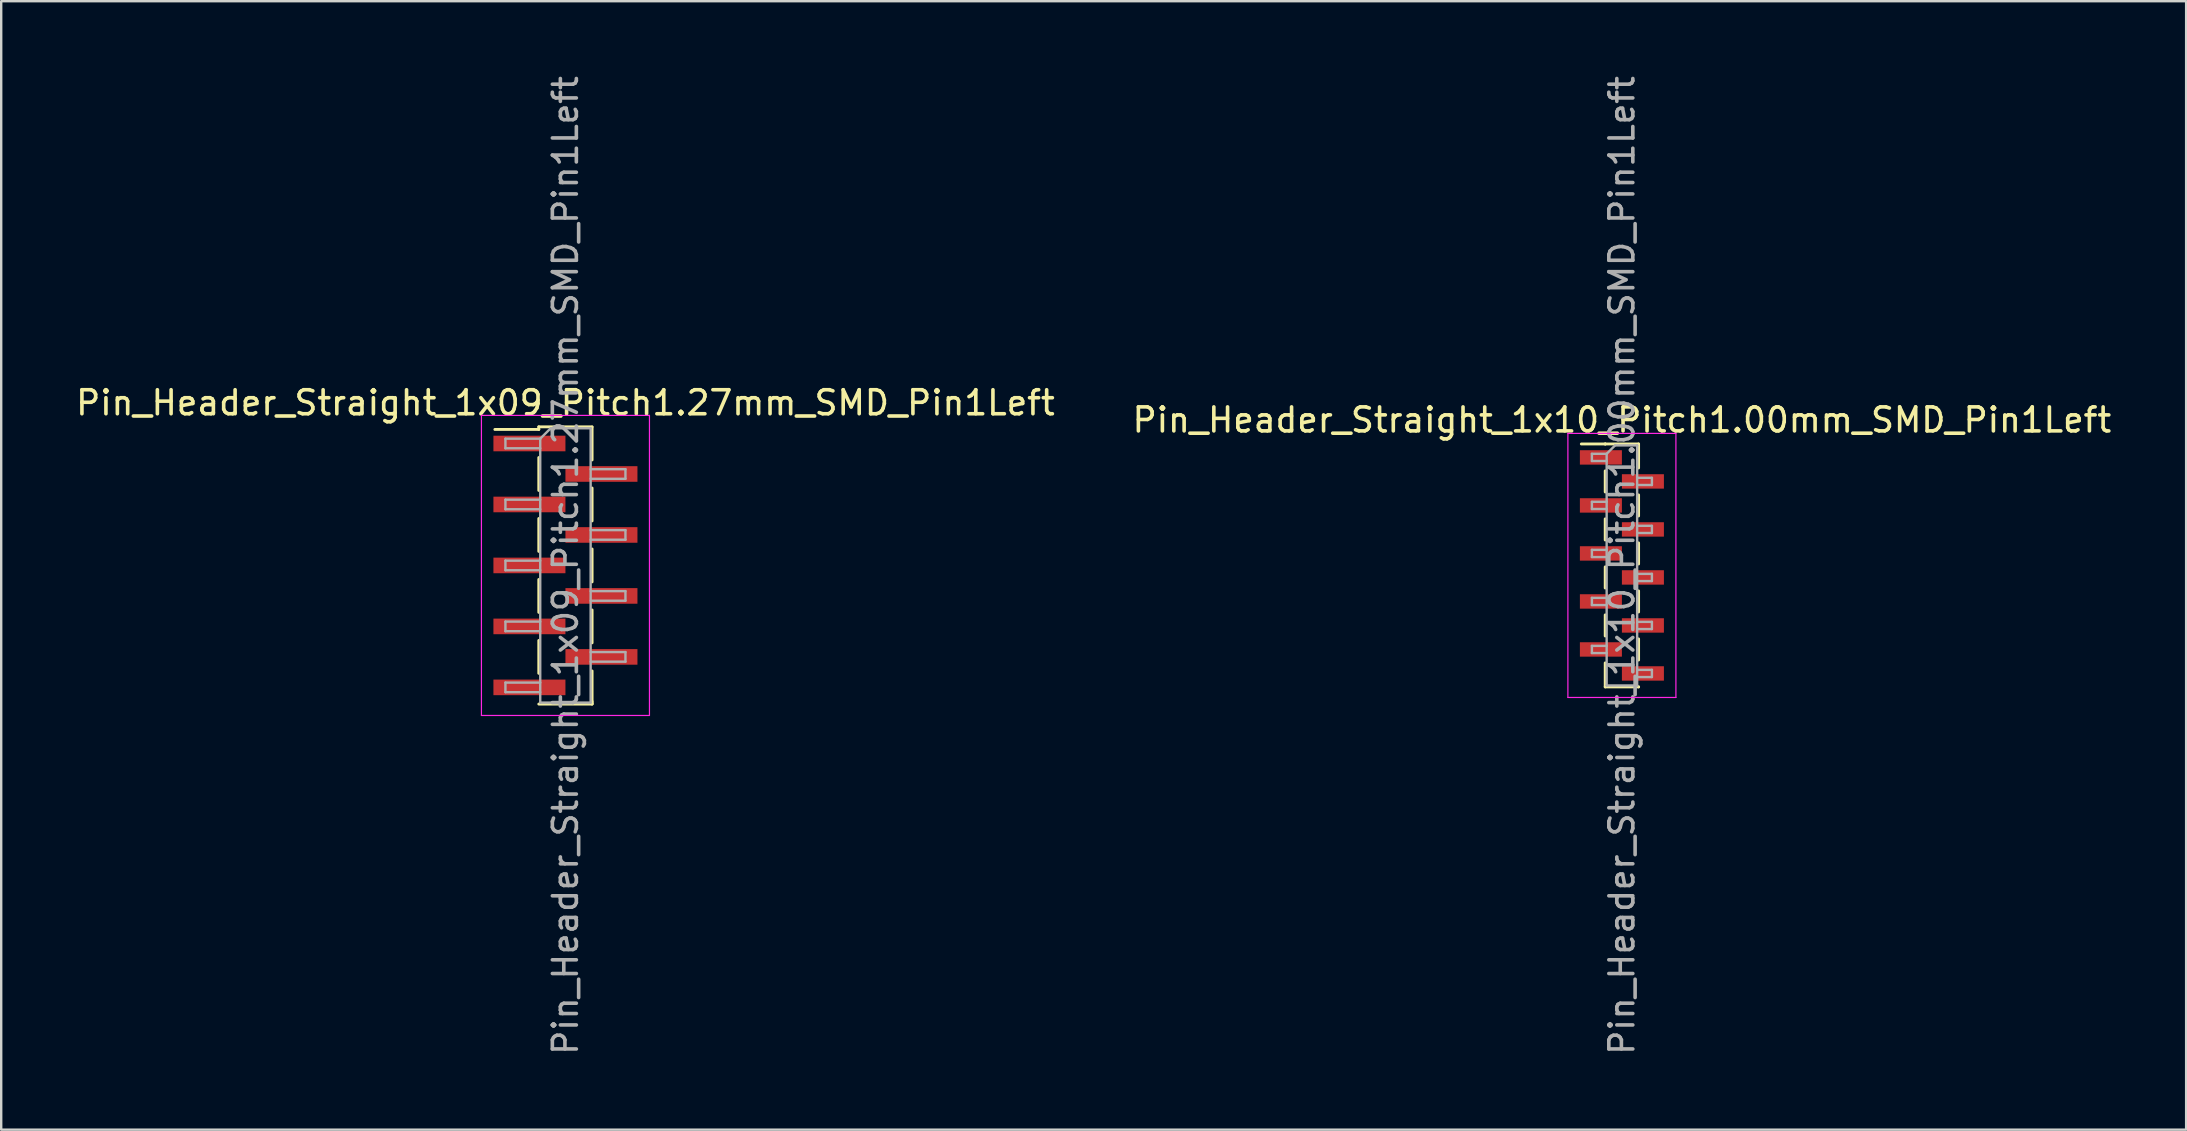
<source format=kicad_pcb>
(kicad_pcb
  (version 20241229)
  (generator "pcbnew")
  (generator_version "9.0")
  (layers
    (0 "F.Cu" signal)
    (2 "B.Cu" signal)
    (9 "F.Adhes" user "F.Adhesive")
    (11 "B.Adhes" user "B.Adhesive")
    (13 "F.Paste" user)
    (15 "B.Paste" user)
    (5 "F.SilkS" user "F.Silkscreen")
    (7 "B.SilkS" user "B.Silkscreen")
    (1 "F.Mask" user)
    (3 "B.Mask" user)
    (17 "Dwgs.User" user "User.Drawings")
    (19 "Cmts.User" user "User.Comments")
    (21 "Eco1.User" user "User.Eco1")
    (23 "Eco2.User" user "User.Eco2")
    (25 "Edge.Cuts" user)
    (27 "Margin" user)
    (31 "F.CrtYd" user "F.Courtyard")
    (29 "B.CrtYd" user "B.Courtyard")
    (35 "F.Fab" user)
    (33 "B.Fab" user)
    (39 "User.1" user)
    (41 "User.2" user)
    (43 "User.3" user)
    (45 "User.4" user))
  (footprint "Pin_Header_Straight_1x09_Pitch1.27mm_SMD_Pin1Left"
    (layer "F.Cu")
    (at 20.506 20.506)
    (property "Reference" "Pin_Header_Straight_1x09_Pitch1.27mm_SMD_Pin1Left" (at 0 -6.775 0) (layer "F.SilkS") (effects (font (size 1 1) (thickness 0.15))))
    (attr smd)
    (fp_line (start -1.11 -5.775) (end -1.11 -5.665) (stroke (width 0.12) (type solid)) (layer "F.SilkS"))
    (fp_line (start -1.11 -5.775) (end 1.11 -5.775) (stroke (width 0.12) (type solid)) (layer "F.SilkS"))
    (fp_line (start -1.11 -5.665) (end -2.94 -5.665) (stroke (width 0.12) (type solid)) (layer "F.SilkS"))
    (fp_line (start -1.11 -4.495) (end -1.11 -3.125) (stroke (width 0.12) (type solid)) (layer "F.SilkS"))
    (fp_line (start -1.11 -1.955) (end -1.11 -0.585) (stroke (width 0.12) (type solid)) (layer "F.SilkS"))
    (fp_line (start -1.11 0.585) (end -1.11 1.955) (stroke (width 0.12) (type solid)) (layer "F.SilkS"))
    (fp_line (start -1.11 3.125) (end -1.11 4.495) (stroke (width 0.12) (type solid)) (layer "F.SilkS"))
    (fp_line (start -1.11 5.775) (end 1.11 5.775) (stroke (width 0.12) (type solid)) (layer "F.SilkS"))
    (fp_line (start 1.11 -5.765) (end 1.11 -4.395) (stroke (width 0.12) (type solid)) (layer "F.SilkS"))
    (fp_line (start 1.11 -3.225) (end 1.11 -1.855) (stroke (width 0.12) (type solid)) (layer "F.SilkS"))
    (fp_line (start 1.11 -0.685) (end 1.11 0.685) (stroke (width 0.12) (type solid)) (layer "F.SilkS"))
    (fp_line (start 1.11 1.855) (end 1.11 3.225) (stroke (width 0.12) (type solid)) (layer "F.SilkS"))
    (fp_line (start 1.11 4.395) (end 1.11 5.765) (stroke (width 0.12) (type solid)) (layer "F.SilkS"))
    (fp_line (start 1.11 5.665) (end 1.11 5.775) (stroke (width 0.12) (type solid)) (layer "F.SilkS"))
    (fp_line (start -3.5 -6.25) (end -3.5 6.25) (stroke (width 0.05) (type solid)) (layer "F.CrtYd"))
    (fp_line (start -3.5 6.25) (end 3.5 6.25) (stroke (width 0.05) (type solid)) (layer "F.CrtYd"))
    (fp_line (start 3.5 -6.25) (end -3.5 -6.25) (stroke (width 0.05) (type solid)) (layer "F.CrtYd"))
    (fp_line (start 3.5 6.25) (end 3.5 -6.25) (stroke (width 0.05) (type solid)) (layer "F.CrtYd"))
    (fp_line (start -2.5 -5.28) (end -2.5 -4.88) (stroke (width 0.1) (type solid)) (layer "F.Fab"))
    (fp_line (start -2.5 -4.88) (end -1.05 -4.88) (stroke (width 0.1) (type solid)) (layer "F.Fab"))
    (fp_line (start -2.5 -2.74) (end -2.5 -2.34) (stroke (width 0.1) (type solid)) (layer "F.Fab"))
    (fp_line (start -2.5 -2.34) (end -1.05 -2.34) (stroke (width 0.1) (type solid)) (layer "F.Fab"))
    (fp_line (start -2.5 -0.2) (end -2.5 0.2) (stroke (width 0.1) (type solid)) (layer "F.Fab"))
    (fp_line (start -2.5 0.2) (end -1.05 0.2) (stroke (width 0.1) (type solid)) (layer "F.Fab"))
    (fp_line (start -2.5 2.34) (end -2.5 2.74) (stroke (width 0.1) (type solid)) (layer "F.Fab"))
    (fp_line (start -2.5 2.74) (end -1.05 2.74) (stroke (width 0.1) (type solid)) (layer "F.Fab"))
    (fp_line (start -2.5 4.88) (end -2.5 5.28) (stroke (width 0.1) (type solid)) (layer "F.Fab"))
    (fp_line (start -2.5 5.28) (end -1.05 5.28) (stroke (width 0.1) (type solid)) (layer "F.Fab"))
    (fp_line (start -1.05 -5.28) (end -2.5 -5.28) (stroke (width 0.1) (type solid)) (layer "F.Fab"))
    (fp_line (start -1.05 -5.28) (end -0.615 -5.715) (stroke (width 0.1) (type solid)) (layer "F.Fab"))
    (fp_line (start -1.05 -2.74) (end -2.5 -2.74) (stroke (width 0.1) (type solid)) (layer "F.Fab"))
    (fp_line (start -1.05 -0.2) (end -2.5 -0.2) (stroke (width 0.1) (type solid)) (layer "F.Fab"))
    (fp_line (start -1.05 2.34) (end -2.5 2.34) (stroke (width 0.1) (type solid)) (layer "F.Fab"))
    (fp_line (start -1.05 4.88) (end -2.5 4.88) (stroke (width 0.1) (type solid)) (layer "F.Fab"))
    (fp_line (start -1.05 5.715) (end -1.05 -5.28) (stroke (width 0.1) (type solid)) (layer "F.Fab"))
    (fp_line (start -0.615 -5.715) (end 1.05 -5.715) (stroke (width 0.1) (type solid)) (layer "F.Fab"))
    (fp_line (start 1.05 -5.715) (end 1.05 5.715) (stroke (width 0.1) (type solid)) (layer "F.Fab"))
    (fp_line (start 1.05 -4.01) (end 2.5 -4.01) (stroke (width 0.1) (type solid)) (layer "F.Fab"))
    (fp_line (start 1.05 -1.47) (end 2.5 -1.47) (stroke (width 0.1) (type solid)) (layer "F.Fab"))
    (fp_line (start 1.05 1.07) (end 2.5 1.07) (stroke (width 0.1) (type solid)) (layer "F.Fab"))
    (fp_line (start 1.05 3.61) (end 2.5 3.61) (stroke (width 0.1) (type solid)) (layer "F.Fab"))
    (fp_line (start 1.05 5.715) (end -1.05 5.715) (stroke (width 0.1) (type solid)) (layer "F.Fab"))
    (fp_line (start 2.5 -4.01) (end 2.5 -3.61) (stroke (width 0.1) (type solid)) (layer "F.Fab"))
    (fp_line (start 2.5 -3.61) (end 1.05 -3.61) (stroke (width 0.1) (type solid)) (layer "F.Fab"))
    (fp_line (start 2.5 -1.47) (end 2.5 -1.07) (stroke (width 0.1) (type solid)) (layer "F.Fab"))
    (fp_line (start 2.5 -1.07) (end 1.05 -1.07) (stroke (width 0.1) (type solid)) (layer "F.Fab"))
    (fp_line (start 2.5 1.07) (end 2.5 1.47) (stroke (width 0.1) (type solid)) (layer "F.Fab"))
    (fp_line (start 2.5 1.47) (end 1.05 1.47) (stroke (width 0.1) (type solid)) (layer "F.Fab"))
    (fp_line (start 2.5 3.61) (end 2.5 4.01) (stroke (width 0.1) (type solid)) (layer "F.Fab"))
    (fp_line (start 2.5 4.01) (end 1.05 4.01) (stroke (width 0.1) (type solid)) (layer "F.Fab"))
    (fp_text user "${REFERENCE}" (at 0 0 90) (layer "F.Fab") (effects (font (size 1 1) (thickness 0.15))))
    (pad "1" smd rect (at -1.5 -5.08) (size 3 0.65) (layers "F.Cu" "F.Mask" "F.Paste"))
    (pad "2" smd rect (at 1.5 -3.81) (size 3 0.65) (layers "F.Cu" "F.Mask" "F.Paste"))
    (pad "3" smd rect (at -1.5 -2.54) (size 3 0.65) (layers "F.Cu" "F.Mask" "F.Paste"))
    (pad "4" smd rect (at 1.5 -1.27) (size 3 0.65) (layers "F.Cu" "F.Mask" "F.Paste"))
    (pad "5" smd rect (at -1.5 0) (size 3 0.65) (layers "F.Cu" "F.Mask" "F.Paste"))
    (pad "6" smd rect (at 1.5 1.27) (size 3 0.65) (layers "F.Cu" "F.Mask" "F.Paste"))
    (pad "7" smd rect (at -1.5 2.54) (size 3 0.65) (layers "F.Cu" "F.Mask" "F.Paste"))
    (pad "8" smd rect (at 1.5 3.81) (size 3 0.65) (layers "F.Cu" "F.Mask" "F.Paste"))
    (pad "9" smd rect (at -1.5 5.08) (size 3 0.65) (layers "F.Cu" "F.Mask" "F.Paste")))
  (footprint "Pin_Header_Straight_1x10_Pitch1.00mm_SMD_Pin1Left"
    (layer "F.Cu")
    (at 64.518 20.506)
    (property "Reference" "Pin_Header_Straight_1x10_Pitch1.00mm_SMD_Pin1Left" (at 0 -6.06 0) (layer "F.SilkS") (effects (font (size 1 1) (thickness 0.15))))
    (attr smd)
    (fp_line (start -0.695 -5.06) (end -1.69 -5.06) (stroke (width 0.12) (type solid)) (layer "F.SilkS"))
    (fp_line (start -0.695 -5.06) (end -0.695 -5.06) (stroke (width 0.12) (type solid)) (layer "F.SilkS"))
    (fp_line (start -0.695 -5.06) (end 0.695 -5.06) (stroke (width 0.12) (type solid)) (layer "F.SilkS"))
    (fp_line (start -0.695 -3.94) (end -0.695 -3.06) (stroke (width 0.12) (type solid)) (layer "F.SilkS"))
    (fp_line (start -0.695 -1.94) (end -0.695 -1.06) (stroke (width 0.12) (type solid)) (layer "F.SilkS"))
    (fp_line (start -0.695 0.06) (end -0.695 0.94) (stroke (width 0.12) (type solid)) (layer "F.SilkS"))
    (fp_line (start -0.695 2.06) (end -0.695 2.94) (stroke (width 0.12) (type solid)) (layer "F.SilkS"))
    (fp_line (start -0.695 4.06) (end -0.695 5.06) (stroke (width 0.12) (type solid)) (layer "F.SilkS"))
    (fp_line (start -0.695 5.06) (end 0.695 5.06) (stroke (width 0.12) (type solid)) (layer "F.SilkS"))
    (fp_line (start 0.695 -5.06) (end 0.695 -4.06) (stroke (width 0.12) (type solid)) (layer "F.SilkS"))
    (fp_line (start 0.695 -2.94) (end 0.695 -2.06) (stroke (width 0.12) (type solid)) (layer "F.SilkS"))
    (fp_line (start 0.695 -0.94) (end 0.695 -0.06) (stroke (width 0.12) (type solid)) (layer "F.SilkS"))
    (fp_line (start 0.695 1.06) (end 0.695 1.94) (stroke (width 0.12) (type solid)) (layer "F.SilkS"))
    (fp_line (start 0.695 3.06) (end 0.695 3.94) (stroke (width 0.12) (type solid)) (layer "F.SilkS"))
    (fp_line (start 0.695 5.06) (end 0.695 5.06) (stroke (width 0.12) (type solid)) (layer "F.SilkS"))
    (fp_line (start -2.25 -5.5) (end -2.25 5.5) (stroke (width 0.05) (type solid)) (layer "F.CrtYd"))
    (fp_line (start -2.25 5.5) (end 2.25 5.5) (stroke (width 0.05) (type solid)) (layer "F.CrtYd"))
    (fp_line (start 2.25 -5.5) (end -2.25 -5.5) (stroke (width 0.05) (type solid)) (layer "F.CrtYd"))
    (fp_line (start 2.25 5.5) (end 2.25 -5.5) (stroke (width 0.05) (type solid)) (layer "F.CrtYd"))
    (fp_line (start -1.25 -4.65) (end -1.25 -4.35) (stroke (width 0.1) (type solid)) (layer "F.Fab"))
    (fp_line (start -1.25 -4.35) (end -0.635 -4.35) (stroke (width 0.1) (type solid)) (layer "F.Fab"))
    (fp_line (start -1.25 -2.65) (end -1.25 -2.35) (stroke (width 0.1) (type solid)) (layer "F.Fab"))
    (fp_line (start -1.25 -2.35) (end -0.635 -2.35) (stroke (width 0.1) (type solid)) (layer "F.Fab"))
    (fp_line (start -1.25 -0.65) (end -1.25 -0.35) (stroke (width 0.1) (type solid)) (layer "F.Fab"))
    (fp_line (start -1.25 -0.35) (end -0.635 -0.35) (stroke (width 0.1) (type solid)) (layer "F.Fab"))
    (fp_line (start -1.25 1.35) (end -1.25 1.65) (stroke (width 0.1) (type solid)) (layer "F.Fab"))
    (fp_line (start -1.25 1.65) (end -0.635 1.65) (stroke (width 0.1) (type solid)) (layer "F.Fab"))
    (fp_line (start -1.25 3.35) (end -1.25 3.65) (stroke (width 0.1) (type solid)) (layer "F.Fab"))
    (fp_line (start -1.25 3.65) (end -0.635 3.65) (stroke (width 0.1) (type solid)) (layer "F.Fab"))
    (fp_line (start -0.635 -4.65) (end -1.25 -4.65) (stroke (width 0.1) (type solid)) (layer "F.Fab"))
    (fp_line (start -0.635 -4.65) (end -0.285 -5) (stroke (width 0.1) (type solid)) (layer "F.Fab"))
    (fp_line (start -0.635 -2.65) (end -1.25 -2.65) (stroke (width 0.1) (type solid)) (layer "F.Fab"))
    (fp_line (start -0.635 -0.65) (end -1.25 -0.65) (stroke (width 0.1) (type solid)) (layer "F.Fab"))
    (fp_line (start -0.635 1.35) (end -1.25 1.35) (stroke (width 0.1) (type solid)) (layer "F.Fab"))
    (fp_line (start -0.635 3.35) (end -1.25 3.35) (stroke (width 0.1) (type solid)) (layer "F.Fab"))
    (fp_line (start -0.635 5) (end -0.635 -4.65) (stroke (width 0.1) (type solid)) (layer "F.Fab"))
    (fp_line (start -0.285 -5) (end 0.635 -5) (stroke (width 0.1) (type solid)) (layer "F.Fab"))
    (fp_line (start 0.635 -5) (end 0.635 5) (stroke (width 0.1) (type solid)) (layer "F.Fab"))
    (fp_line (start 0.635 -3.65) (end 1.25 -3.65) (stroke (width 0.1) (type solid)) (layer "F.Fab"))
    (fp_line (start 0.635 -1.65) (end 1.25 -1.65) (stroke (width 0.1) (type solid)) (layer "F.Fab"))
    (fp_line (start 0.635 0.35) (end 1.25 0.35) (stroke (width 0.1) (type solid)) (layer "F.Fab"))
    (fp_line (start 0.635 2.35) (end 1.25 2.35) (stroke (width 0.1) (type solid)) (layer "F.Fab"))
    (fp_line (start 0.635 4.35) (end 1.25 4.35) (stroke (width 0.1) (type solid)) (layer "F.Fab"))
    (fp_line (start 0.635 5) (end -0.635 5) (stroke (width 0.1) (type solid)) (layer "F.Fab"))
    (fp_line (start 1.25 -3.65) (end 1.25 -3.35) (stroke (width 0.1) (type solid)) (layer "F.Fab"))
    (fp_line (start 1.25 -3.35) (end 0.635 -3.35) (stroke (width 0.1) (type solid)) (layer "F.Fab"))
    (fp_line (start 1.25 -1.65) (end 1.25 -1.35) (stroke (width 0.1) (type solid)) (layer "F.Fab"))
    (fp_line (start 1.25 -1.35) (end 0.635 -1.35) (stroke (width 0.1) (type solid)) (layer "F.Fab"))
    (fp_line (start 1.25 0.35) (end 1.25 0.65) (stroke (width 0.1) (type solid)) (layer "F.Fab"))
    (fp_line (start 1.25 0.65) (end 0.635 0.65) (stroke (width 0.1) (type solid)) (layer "F.Fab"))
    (fp_line (start 1.25 2.35) (end 1.25 2.65) (stroke (width 0.1) (type solid)) (layer "F.Fab"))
    (fp_line (start 1.25 2.65) (end 0.635 2.65) (stroke (width 0.1) (type solid)) (layer "F.Fab"))
    (fp_line (start 1.25 4.35) (end 1.25 4.65) (stroke (width 0.1) (type solid)) (layer "F.Fab"))
    (fp_line (start 1.25 4.65) (end 0.635 4.65) (stroke (width 0.1) (type solid)) (layer "F.Fab"))
    (fp_text user "${REFERENCE}" (at 0 0 90) (layer "F.Fab") (effects (font (size 1 1) (thickness 0.15))))
    (pad "1" smd rect (at -0.875 -4.5) (size 1.75 0.6) (layers "F.Cu" "F.Mask" "F.Paste"))
    (pad "2" smd rect (at 0.875 -3.5) (size 1.75 0.6) (layers "F.Cu" "F.Mask" "F.Paste"))
    (pad "3" smd rect (at -0.875 -2.5) (size 1.75 0.6) (layers "F.Cu" "F.Mask" "F.Paste"))
    (pad "4" smd rect (at 0.875 -1.5) (size 1.75 0.6) (layers "F.Cu" "F.Mask" "F.Paste"))
    (pad "5" smd rect (at -0.875 -0.5) (size 1.75 0.6) (layers "F.Cu" "F.Mask" "F.Paste"))
    (pad "6" smd rect (at 0.875 0.5) (size 1.75 0.6) (layers "F.Cu" "F.Mask" "F.Paste"))
    (pad "7" smd rect (at -0.875 1.5) (size 1.75 0.6) (layers "F.Cu" "F.Mask" "F.Paste"))
    (pad "8" smd rect (at 0.875 2.5) (size 1.75 0.6) (layers "F.Cu" "F.Mask" "F.Paste"))
    (pad "9" smd rect (at -0.875 3.5) (size 1.75 0.6) (layers "F.Cu" "F.Mask" "F.Paste"))
    (pad "10" smd rect (at 0.875 4.5) (size 1.75 0.6) (layers "F.Cu" "F.Mask" "F.Paste")))
  (gr_rect
    (start -3 -3)
    (end 88.024 44.012)
    (stroke (width 0.1) (type default))
    (fill no)
    (layer "Edge.Cuts")))
</source>
